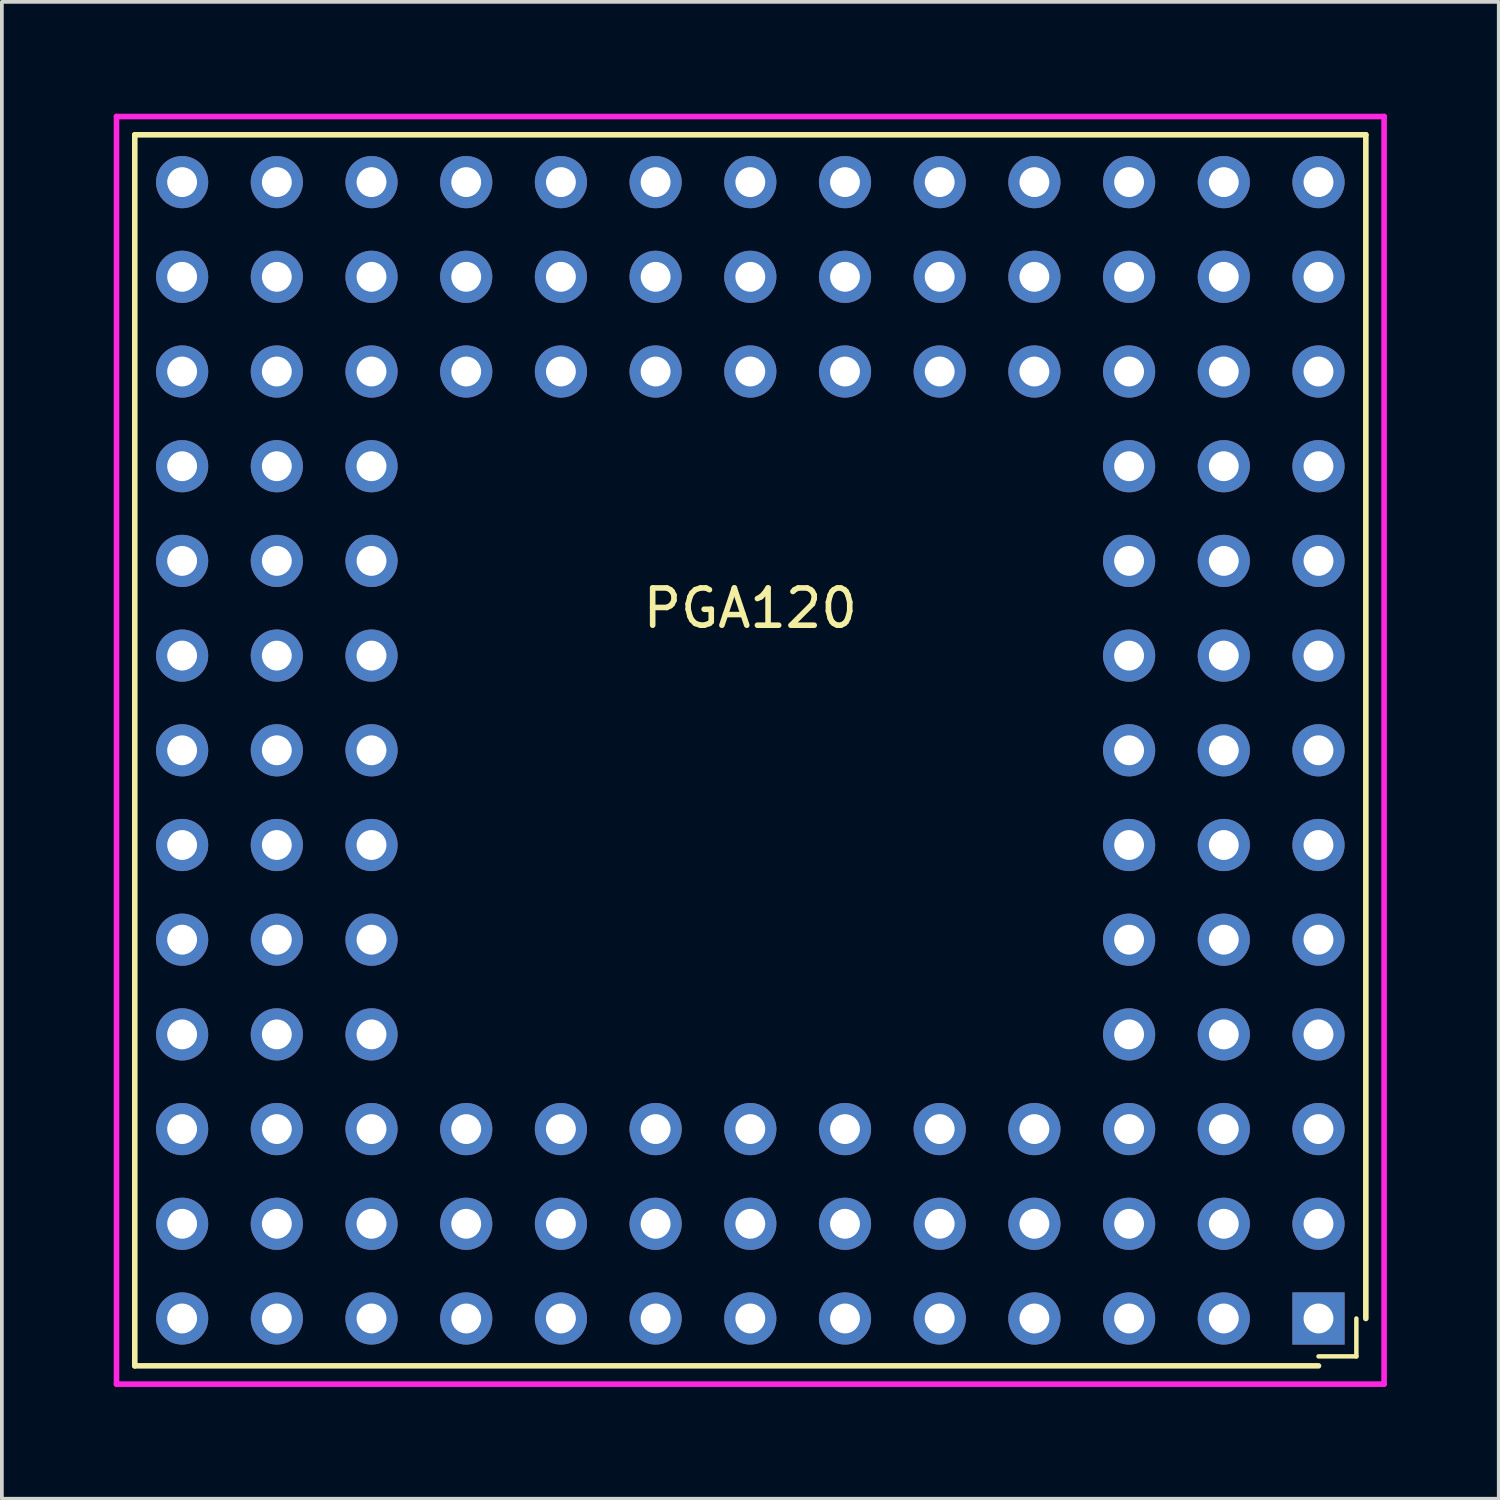
<source format=kicad_pcb>
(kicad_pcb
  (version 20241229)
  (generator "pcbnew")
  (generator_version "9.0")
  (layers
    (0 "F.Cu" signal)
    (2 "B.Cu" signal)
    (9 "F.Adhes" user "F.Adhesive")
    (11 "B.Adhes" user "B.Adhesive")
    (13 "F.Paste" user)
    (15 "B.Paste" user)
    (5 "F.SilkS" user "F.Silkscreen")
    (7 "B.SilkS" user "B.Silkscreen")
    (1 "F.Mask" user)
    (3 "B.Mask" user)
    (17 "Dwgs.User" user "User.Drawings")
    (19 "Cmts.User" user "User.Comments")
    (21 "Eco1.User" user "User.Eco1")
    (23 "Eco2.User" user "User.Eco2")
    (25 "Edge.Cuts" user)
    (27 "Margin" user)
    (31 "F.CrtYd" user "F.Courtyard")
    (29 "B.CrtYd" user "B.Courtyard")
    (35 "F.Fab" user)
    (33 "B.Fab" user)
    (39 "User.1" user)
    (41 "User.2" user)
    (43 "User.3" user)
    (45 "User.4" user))
  (footprint "PGA120"
    (layer "F.Cu")
    (at 17.075 17.075)
    (property "Reference" "PGA120" (at 0 -3.81 0) (layer "F.SilkS") (effects (font (size 1 1) (thickness 0.15))))
    (attr through_hole)
    (fp_line (start -16.51 -16.51) (end -16.51 16.51) (stroke (width 0.15) (type solid)) (layer "F.SilkS"))
    (fp_line (start -16.51 16.51) (end 15.24 16.51) (stroke (width 0.15) (type solid)) (layer "F.SilkS"))
    (fp_line (start 16.256 15.24) (end 16.256 16.256) (stroke (width 0.12) (type solid)) (layer "F.SilkS"))
    (fp_line (start 16.256 16.256) (end 15.24 16.256) (stroke (width 0.12) (type solid)) (layer "F.SilkS"))
    (fp_line (start 16.51 -16.51) (end -16.51 -16.51) (stroke (width 0.15) (type solid)) (layer "F.SilkS"))
    (fp_line (start 16.51 15.24) (end 16.51 -16.51) (stroke (width 0.15) (type solid)) (layer "F.SilkS"))
    (fp_line (start -17 -17) (end 17 -17) (stroke (width 0.15) (type solid)) (layer "F.CrtYd"))
    (fp_line (start -17 17) (end -17 -17) (stroke (width 0.15) (type solid)) (layer "F.CrtYd"))
    (fp_line (start 17 -17) (end 17 17) (stroke (width 0.15) (type solid)) (layer "F.CrtYd"))
    (fp_line (start 17 17) (end -17 17) (stroke (width 0.15) (type solid)) (layer "F.CrtYd"))
    (pad "A1" thru_hole rect (at 15.24 15.24) (size 1.4 1.4) (drill 0.8) (layers "*.Cu" "*.Mask"))
    (pad "A2" thru_hole circle (at 12.7 15.24) (size 1.4 1.4) (drill 0.8) (layers "*.Cu" "*.Mask"))
    (pad "A3" thru_hole circle (at 10.16 15.24) (size 1.4 1.4) (drill 0.8) (layers "*.Cu" "*.Mask"))
    (pad "A4" thru_hole circle (at 7.62 15.24) (size 1.4 1.4) (drill 0.8) (layers "*.Cu" "*.Mask"))
    (pad "A5" thru_hole circle (at 5.08 15.24) (size 1.4 1.4) (drill 0.8) (layers "*.Cu" "*.Mask"))
    (pad "A6" thru_hole circle (at 2.54 15.24) (size 1.4 1.4) (drill 0.8) (layers "*.Cu" "*.Mask"))
    (pad "A7" thru_hole circle (at 0 15.24) (size 1.4 1.4) (drill 0.8) (layers "*.Cu" "*.Mask"))
    (pad "A8" thru_hole circle (at -2.54 15.24) (size 1.4 1.4) (drill 0.8) (layers "*.Cu" "*.Mask"))
    (pad "A9" thru_hole circle (at -5.08 15.24) (size 1.4 1.4) (drill 0.8) (layers "*.Cu" "*.Mask"))
    (pad "A10" thru_hole circle (at -7.62 15.24) (size 1.4 1.4) (drill 0.8) (layers "*.Cu" "*.Mask"))
    (pad "A11" thru_hole circle (at -10.16 15.24) (size 1.4 1.4) (drill 0.8) (layers "*.Cu" "*.Mask"))
    (pad "A12" thru_hole circle (at -12.7 15.24) (size 1.4 1.4) (drill 0.8) (layers "*.Cu" "*.Mask"))
    (pad "A13" thru_hole circle (at -15.24 15.24) (size 1.4 1.4) (drill 0.8) (layers "*.Cu" "*.Mask"))
    (pad "B1" thru_hole circle (at 15.24 12.7) (size 1.4 1.4) (drill 0.8) (layers "*.Cu" "*.Mask"))
    (pad "B2" thru_hole circle (at 12.7 12.7) (size 1.4 1.4) (drill 0.8) (layers "*.Cu" "*.Mask"))
    (pad "B3" thru_hole circle (at 10.16 12.7) (size 1.4 1.4) (drill 0.8) (layers "*.Cu" "*.Mask"))
    (pad "B4" thru_hole circle (at 7.62 12.7) (size 1.4 1.4) (drill 0.8) (layers "*.Cu" "*.Mask"))
    (pad "B5" thru_hole circle (at 5.08 12.7) (size 1.4 1.4) (drill 0.8) (layers "*.Cu" "*.Mask"))
    (pad "B6" thru_hole circle (at 2.54 12.7) (size 1.4 1.4) (drill 0.8) (layers "*.Cu" "*.Mask"))
    (pad "B7" thru_hole circle (at 0 12.7) (size 1.4 1.4) (drill 0.8) (layers "*.Cu" "*.Mask"))
    (pad "B8" thru_hole circle (at -2.54 12.7) (size 1.4 1.4) (drill 0.8) (layers "*.Cu" "*.Mask"))
    (pad "B9" thru_hole circle (at -5.08 12.7) (size 1.4 1.4) (drill 0.8) (layers "*.Cu" "*.Mask"))
    (pad "B10" thru_hole circle (at -7.62 12.7) (size 1.4 1.4) (drill 0.8) (layers "*.Cu" "*.Mask"))
    (pad "B11" thru_hole circle (at -10.16 12.7) (size 1.4 1.4) (drill 0.8) (layers "*.Cu" "*.Mask"))
    (pad "B12" thru_hole circle (at -12.7 12.7) (size 1.4 1.4) (drill 0.8) (layers "*.Cu" "*.Mask"))
    (pad "B13" thru_hole circle (at -15.24 12.7) (size 1.4 1.4) (drill 0.8) (layers "*.Cu" "*.Mask"))
    (pad "C1" thru_hole circle (at 15.24 10.16) (size 1.4 1.4) (drill 0.8) (layers "*.Cu" "*.Mask"))
    (pad "C2" thru_hole circle (at 12.7 10.16) (size 1.4 1.4) (drill 0.8) (layers "*.Cu" "*.Mask"))
    (pad "C3" thru_hole circle (at 10.16 10.16) (size 1.4 1.4) (drill 0.8) (layers "*.Cu" "*.Mask"))
    (pad "C4" thru_hole circle (at 7.62 10.16) (size 1.4 1.4) (drill 0.8) (layers "*.Cu" "*.Mask"))
    (pad "C5" thru_hole circle (at 5.08 10.16) (size 1.4 1.4) (drill 0.8) (layers "*.Cu" "*.Mask"))
    (pad "C6" thru_hole circle (at 2.54 10.16) (size 1.4 1.4) (drill 0.8) (layers "*.Cu" "*.Mask"))
    (pad "C7" thru_hole circle (at 0 10.16) (size 1.4 1.4) (drill 0.8) (layers "*.Cu" "*.Mask"))
    (pad "C8" thru_hole circle (at -2.54 10.16) (size 1.4 1.4) (drill 0.8) (layers "*.Cu" "*.Mask"))
    (pad "C9" thru_hole circle (at -5.08 10.16) (size 1.4 1.4) (drill 0.8) (layers "*.Cu" "*.Mask"))
    (pad "C10" thru_hole circle (at -7.62 10.16) (size 1.4 1.4) (drill 0.8) (layers "*.Cu" "*.Mask"))
    (pad "C11" thru_hole circle (at -10.16 10.16) (size 1.4 1.4) (drill 0.8) (layers "*.Cu" "*.Mask"))
    (pad "C12" thru_hole circle (at -12.7 10.16) (size 1.4 1.4) (drill 0.8) (layers "*.Cu" "*.Mask"))
    (pad "C13" thru_hole circle (at -15.24 10.16) (size 1.4 1.4) (drill 0.8) (layers "*.Cu" "*.Mask"))
    (pad "D1" thru_hole circle (at 15.24 7.62) (size 1.4 1.4) (drill 0.8) (layers "*.Cu" "*.Mask"))
    (pad "D2" thru_hole circle (at 12.7 7.62) (size 1.4 1.4) (drill 0.8) (layers "*.Cu" "*.Mask"))
    (pad "D3" thru_hole circle (at 10.16 7.62) (size 1.4 1.4) (drill 0.8) (layers "*.Cu" "*.Mask"))
    (pad "D11" thru_hole circle (at -10.16 7.62) (size 1.4 1.4) (drill 0.8) (layers "*.Cu" "*.Mask"))
    (pad "D12" thru_hole circle (at -12.7 7.62) (size 1.4 1.4) (drill 0.8) (layers "*.Cu" "*.Mask"))
    (pad "D13" thru_hole circle (at -15.24 7.62) (size 1.4 1.4) (drill 0.8) (layers "*.Cu" "*.Mask"))
    (pad "E1" thru_hole circle (at 15.24 5.08) (size 1.4 1.4) (drill 0.8) (layers "*.Cu" "*.Mask"))
    (pad "E2" thru_hole circle (at 12.7 5.08) (size 1.4 1.4) (drill 0.8) (layers "*.Cu" "*.Mask"))
    (pad "E3" thru_hole circle (at 10.16 5.08) (size 1.4 1.4) (drill 0.8) (layers "*.Cu" "*.Mask"))
    (pad "E11" thru_hole circle (at -10.16 5.08) (size 1.4 1.4) (drill 0.8) (layers "*.Cu" "*.Mask"))
    (pad "E12" thru_hole circle (at -12.7 5.08) (size 1.4 1.4) (drill 0.8) (layers "*.Cu" "*.Mask"))
    (pad "E13" thru_hole circle (at -15.24 5.08) (size 1.4 1.4) (drill 0.8) (layers "*.Cu" "*.Mask"))
    (pad "F1" thru_hole circle (at 15.24 2.54) (size 1.4 1.4) (drill 0.8) (layers "*.Cu" "*.Mask"))
    (pad "F2" thru_hole circle (at 12.7 2.54) (size 1.4 1.4) (drill 0.8) (layers "*.Cu" "*.Mask"))
    (pad "F3" thru_hole circle (at 10.16 2.54) (size 1.4 1.4) (drill 0.8) (layers "*.Cu" "*.Mask"))
    (pad "F11" thru_hole circle (at -10.16 2.54) (size 1.4 1.4) (drill 0.8) (layers "*.Cu" "*.Mask"))
    (pad "F12" thru_hole circle (at -12.7 2.54) (size 1.4 1.4) (drill 0.8) (layers "*.Cu" "*.Mask"))
    (pad "F13" thru_hole circle (at -15.24 2.54) (size 1.4 1.4) (drill 0.8) (layers "*.Cu" "*.Mask"))
    (pad "G1" thru_hole circle (at 15.24 0) (size 1.4 1.4) (drill 0.8) (layers "*.Cu" "*.Mask"))
    (pad "G2" thru_hole circle (at 12.7 0) (size 1.4 1.4) (drill 0.8) (layers "*.Cu" "*.Mask"))
    (pad "G3" thru_hole circle (at 10.16 0) (size 1.4 1.4) (drill 0.8) (layers "*.Cu" "*.Mask"))
    (pad "G11" thru_hole circle (at -10.16 0) (size 1.4 1.4) (drill 0.8) (layers "*.Cu" "*.Mask"))
    (pad "G12" thru_hole circle (at -12.7 0) (size 1.4 1.4) (drill 0.8) (layers "*.Cu" "*.Mask"))
    (pad "G13" thru_hole circle (at -15.24 0) (size 1.4 1.4) (drill 0.8) (layers "*.Cu" "*.Mask"))
    (pad "H1" thru_hole circle (at 15.24 -2.54) (size 1.4 1.4) (drill 0.8) (layers "*.Cu" "*.Mask"))
    (pad "H2" thru_hole circle (at 12.7 -2.54) (size 1.4 1.4) (drill 0.8) (layers "*.Cu" "*.Mask"))
    (pad "H3" thru_hole circle (at 10.16 -2.54) (size 1.4 1.4) (drill 0.8) (layers "*.Cu" "*.Mask"))
    (pad "H11" thru_hole circle (at -10.16 -2.54) (size 1.4 1.4) (drill 0.8) (layers "*.Cu" "*.Mask"))
    (pad "H12" thru_hole circle (at -12.7 -2.54) (size 1.4 1.4) (drill 0.8) (layers "*.Cu" "*.Mask"))
    (pad "H13" thru_hole circle (at -15.24 -2.54) (size 1.4 1.4) (drill 0.8) (layers "*.Cu" "*.Mask"))
    (pad "J1" thru_hole circle (at 15.24 -5.08) (size 1.4 1.4) (drill 0.8) (layers "*.Cu" "*.Mask"))
    (pad "J2" thru_hole circle (at 12.7 -5.08) (size 1.4 1.4) (drill 0.8) (layers "*.Cu" "*.Mask"))
    (pad "J3" thru_hole circle (at 10.16 -5.08) (size 1.4 1.4) (drill 0.8) (layers "*.Cu" "*.Mask"))
    (pad "J11" thru_hole circle (at -10.16 -5.08) (size 1.4 1.4) (drill 0.8) (layers "*.Cu" "*.Mask"))
    (pad "J12" thru_hole circle (at -12.7 -5.08) (size 1.4 1.4) (drill 0.8) (layers "*.Cu" "*.Mask"))
    (pad "J13" thru_hole circle (at -15.24 -5.08) (size 1.4 1.4) (drill 0.8) (layers "*.Cu" "*.Mask"))
    (pad "K1" thru_hole circle (at 15.24 -7.62) (size 1.4 1.4) (drill 0.8) (layers "*.Cu" "*.Mask"))
    (pad "K2" thru_hole circle (at 12.7 -7.62) (size 1.4 1.4) (drill 0.8) (layers "*.Cu" "*.Mask"))
    (pad "K3" thru_hole circle (at 10.16 -7.62) (size 1.4 1.4) (drill 0.8) (layers "*.Cu" "*.Mask"))
    (pad "K11" thru_hole circle (at -10.16 -7.62) (size 1.4 1.4) (drill 0.8) (layers "*.Cu" "*.Mask"))
    (pad "K12" thru_hole circle (at -12.7 -7.62) (size 1.4 1.4) (drill 0.8) (layers "*.Cu" "*.Mask"))
    (pad "K13" thru_hole circle (at -15.24 -7.62) (size 1.4 1.4) (drill 0.8) (layers "*.Cu" "*.Mask"))
    (pad "L1" thru_hole circle (at 15.24 -10.16) (size 1.4 1.4) (drill 0.8) (layers "*.Cu" "*.Mask"))
    (pad "L2" thru_hole circle (at 12.7 -10.16) (size 1.4 1.4) (drill 0.8) (layers "*.Cu" "*.Mask"))
    (pad "L3" thru_hole circle (at 10.16 -10.16) (size 1.4 1.4) (drill 0.8) (layers "*.Cu" "*.Mask"))
    (pad "L4" thru_hole circle (at 7.62 -10.16) (size 1.4 1.4) (drill 0.8) (layers "*.Cu" "*.Mask"))
    (pad "L5" thru_hole circle (at 5.08 -10.16) (size 1.4 1.4) (drill 0.8) (layers "*.Cu" "*.Mask"))
    (pad "L6" thru_hole circle (at 2.54 -10.16) (size 1.4 1.4) (drill 0.8) (layers "*.Cu" "*.Mask"))
    (pad "L7" thru_hole circle (at 0 -10.16) (size 1.4 1.4) (drill 0.8) (layers "*.Cu" "*.Mask"))
    (pad "L8" thru_hole circle (at -2.54 -10.16) (size 1.4 1.4) (drill 0.8) (layers "*.Cu" "*.Mask"))
    (pad "L9" thru_hole circle (at -5.08 -10.16) (size 1.4 1.4) (drill 0.8) (layers "*.Cu" "*.Mask"))
    (pad "L10" thru_hole circle (at -7.62 -10.16) (size 1.4 1.4) (drill 0.8) (layers "*.Cu" "*.Mask"))
    (pad "L11" thru_hole circle (at -10.16 -10.16) (size 1.4 1.4) (drill 0.8) (layers "*.Cu" "*.Mask"))
    (pad "L12" thru_hole circle (at -12.7 -10.16) (size 1.4 1.4) (drill 0.8) (layers "*.Cu" "*.Mask"))
    (pad "L13" thru_hole circle (at -15.24 -10.16) (size 1.4 1.4) (drill 0.8) (layers "*.Cu" "*.Mask"))
    (pad "M1" thru_hole circle (at 15.24 -12.7) (size 1.4 1.4) (drill 0.8) (layers "*.Cu" "*.Mask"))
    (pad "M2" thru_hole circle (at 12.7 -12.7) (size 1.4 1.4) (drill 0.8) (layers "*.Cu" "*.Mask"))
    (pad "M3" thru_hole circle (at 10.16 -12.7) (size 1.4 1.4) (drill 0.8) (layers "*.Cu" "*.Mask"))
    (pad "M4" thru_hole circle (at 7.62 -12.7) (size 1.4 1.4) (drill 0.8) (layers "*.Cu" "*.Mask"))
    (pad "M5" thru_hole circle (at 5.08 -12.7) (size 1.4 1.4) (drill 0.8) (layers "*.Cu" "*.Mask"))
    (pad "M6" thru_hole circle (at 2.54 -12.7) (size 1.4 1.4) (drill 0.8) (layers "*.Cu" "*.Mask"))
    (pad "M7" thru_hole circle (at 0 -12.7) (size 1.4 1.4) (drill 0.8) (layers "*.Cu" "*.Mask"))
    (pad "M8" thru_hole circle (at -2.54 -12.7) (size 1.4 1.4) (drill 0.8) (layers "*.Cu" "*.Mask"))
    (pad "M9" thru_hole circle (at -5.08 -12.7) (size 1.4 1.4) (drill 0.8) (layers "*.Cu" "*.Mask"))
    (pad "M10" thru_hole circle (at -7.62 -12.7) (size 1.4 1.4) (drill 0.8) (layers "*.Cu" "*.Mask"))
    (pad "M11" thru_hole circle (at -10.16 -12.7) (size 1.4 1.4) (drill 0.8) (layers "*.Cu" "*.Mask"))
    (pad "M12" thru_hole circle (at -12.7 -12.7) (size 1.4 1.4) (drill 0.8) (layers "*.Cu" "*.Mask"))
    (pad "M13" thru_hole circle (at -15.24 -12.7) (size 1.4 1.4) (drill 0.8) (layers "*.Cu" "*.Mask"))
    (pad "N1" thru_hole circle (at 15.24 -15.24) (size 1.4 1.4) (drill 0.8) (layers "*.Cu" "*.Mask"))
    (pad "N2" thru_hole circle (at 12.7 -15.24) (size 1.4 1.4) (drill 0.8) (layers "*.Cu" "*.Mask"))
    (pad "N3" thru_hole circle (at 10.16 -15.24) (size 1.4 1.4) (drill 0.8) (layers "*.Cu" "*.Mask"))
    (pad "N4" thru_hole circle (at 7.62 -15.24) (size 1.4 1.4) (drill 0.8) (layers "*.Cu" "*.Mask"))
    (pad "N5" thru_hole circle (at 5.08 -15.24) (size 1.4 1.4) (drill 0.8) (layers "*.Cu" "*.Mask"))
    (pad "N6" thru_hole circle (at 2.54 -15.24) (size 1.4 1.4) (drill 0.8) (layers "*.Cu" "*.Mask"))
    (pad "N7" thru_hole circle (at 0 -15.24) (size 1.4 1.4) (drill 0.8) (layers "*.Cu" "*.Mask"))
    (pad "N8" thru_hole circle (at -2.54 -15.24) (size 1.4 1.4) (drill 0.8) (layers "*.Cu" "*.Mask"))
    (pad "N9" thru_hole circle (at -5.08 -15.24) (size 1.4 1.4) (drill 0.8) (layers "*.Cu" "*.Mask"))
    (pad "N10" thru_hole circle (at -7.62 -15.24) (size 1.4 1.4) (drill 0.8) (layers "*.Cu" "*.Mask"))
    (pad "N11" thru_hole circle (at -10.16 -15.24) (size 1.4 1.4) (drill 0.8) (layers "*.Cu" "*.Mask"))
    (pad "N12" thru_hole circle (at -12.7 -15.24) (size 1.4 1.4) (drill 0.8) (layers "*.Cu" "*.Mask"))
    (pad "N13" thru_hole circle (at -15.24 -15.24) (size 1.4 1.4) (drill 0.8) (layers "*.Cu" "*.Mask")))
  (gr_rect
    (start -3 -3)
    (end 37.15 37.15)
    (stroke (width 0.1) (type default))
    (fill no)
    (layer "Edge.Cuts")))
</source>
